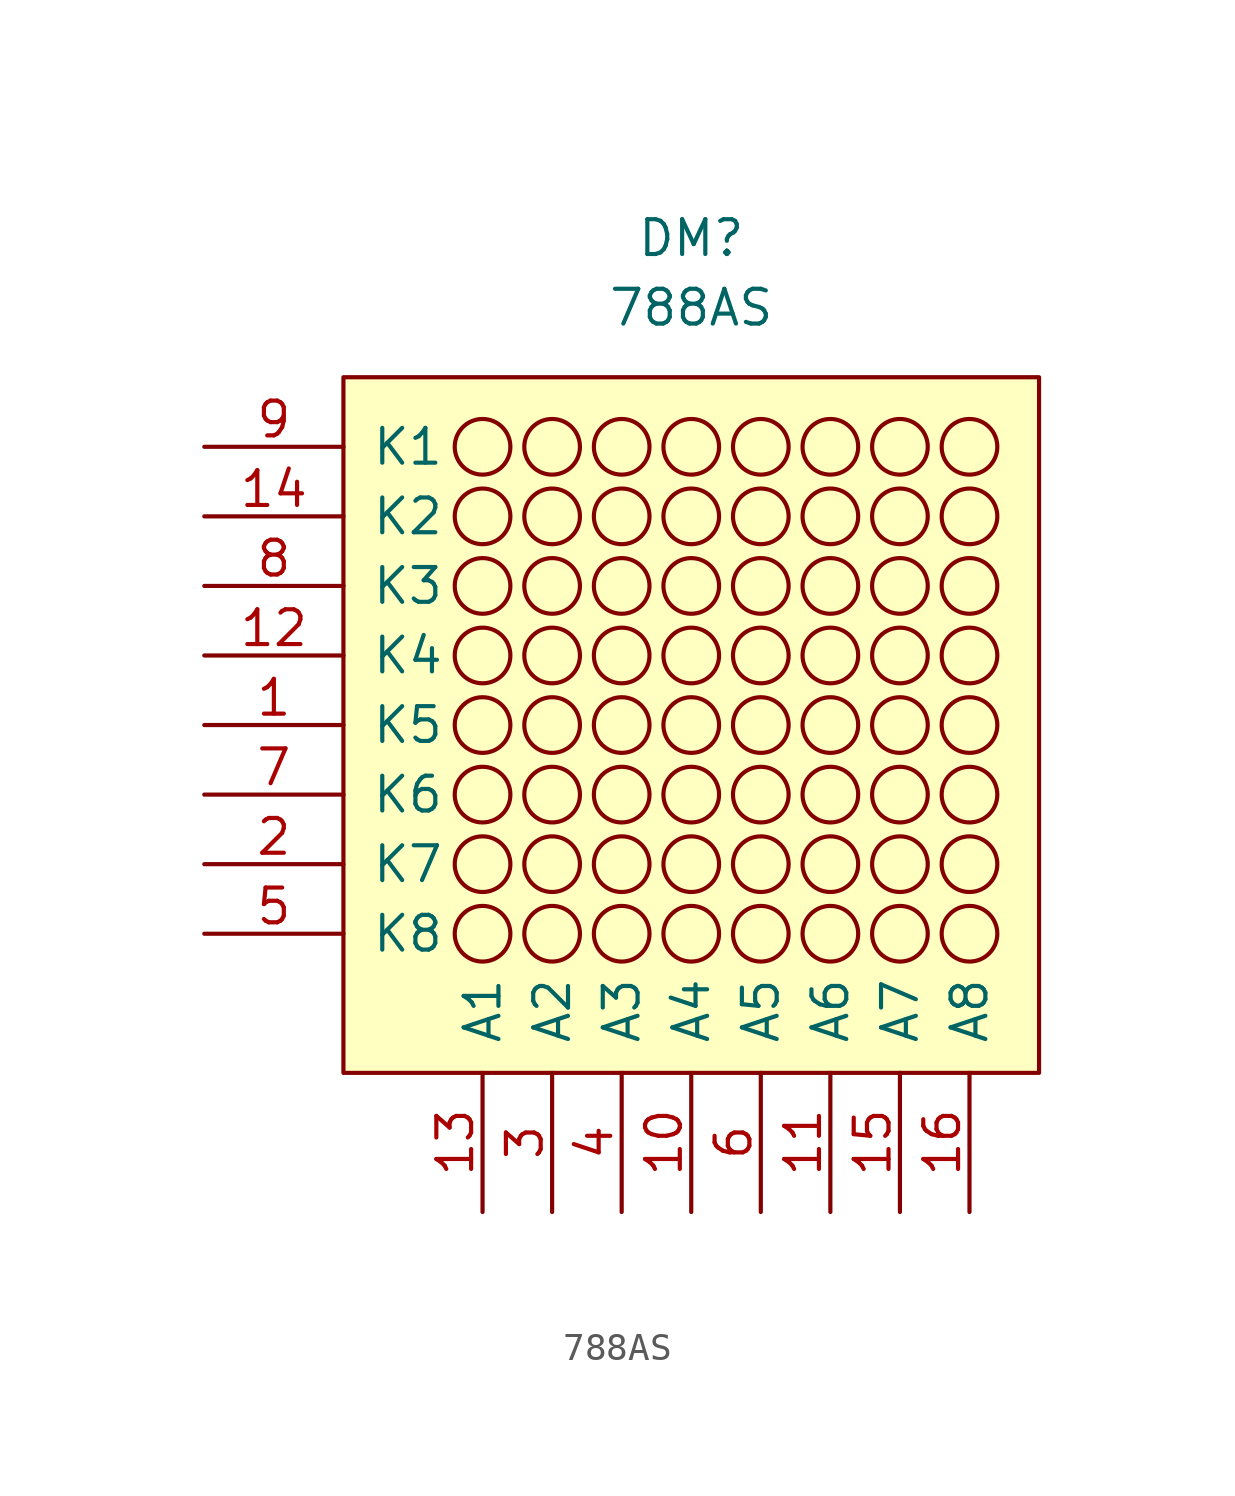
<source format=kicad_sym>
(kicad_symbol_lib
  (version 20211014)
  (generator kicad_symbol_editor)
  (symbol "788AS"
    (pin_names
      (offset 1.016))
    (property "Reference" "DM"
      (at 0 43.18 0)
      (effects (font (size 1.27 1.27))))
    (property "Value" "788AS"
      (at 0 40.64 0)
      (effects (font (size 1.27 1.27))))
    (symbol "788AS_0_0"
      (pin passive line (at -17.78 25.4 0) (length 5.08) (name "K5" (effects (font (size 1.27 1.27)))) (number "1" (effects (font (size 1.27 1.27)))))
      (pin passive line (at 0 7.62 90) (length 5.08) (name "A4" (effects (font (size 1.27 1.27)))) (number "10" (effects (font (size 1.27 1.27)))))
      (pin passive line (at 5.08 7.62 90) (length 5.08) (name "A6" (effects (font (size 1.27 1.27)))) (number "11" (effects (font (size 1.27 1.27)))))
      (pin passive line (at -17.78 27.94 0) (length 5.08) (name "K4" (effects (font (size 1.27 1.27)))) (number "12" (effects (font (size 1.27 1.27)))))
      (pin passive line (at -7.62 7.62 90) (length 5.08) (name "A1" (effects (font (size 1.27 1.27)))) (number "13" (effects (font (size 1.27 1.27)))))
      (pin passive line (at -17.78 33.02 0) (length 5.08) (name "K2" (effects (font (size 1.27 1.27)))) (number "14" (effects (font (size 1.27 1.27)))))
      (pin passive line (at 7.62 7.62 90) (length 5.08) (name "A7" (effects (font (size 1.27 1.27)))) (number "15" (effects (font (size 1.27 1.27)))))
      (pin passive line (at 10.16 7.62 90) (length 5.08) (name "A8" (effects (font (size 1.27 1.27)))) (number "16" (effects (font (size 1.27 1.27)))))
      (pin passive line (at -17.78 20.32 0) (length 5.08) (name "K7" (effects (font (size 1.27 1.27)))) (number "2" (effects (font (size 1.27 1.27)))))
      (pin passive line (at -5.08 7.62 90) (length 5.08) (name "A2" (effects (font (size 1.27 1.27)))) (number "3" (effects (font (size 1.27 1.27)))))
      (pin passive line (at -2.54 7.62 90) (length 5.08) (name "A3" (effects (font (size 1.27 1.27)))) (number "4" (effects (font (size 1.27 1.27)))))
      (pin passive line (at -17.78 17.78 0) (length 5.08) (name "K8" (effects (font (size 1.27 1.27)))) (number "5" (effects (font (size 1.27 1.27)))))
      (pin passive line (at 2.54 7.62 90) (length 5.08) (name "A5" (effects (font (size 1.27 1.27)))) (number "6" (effects (font (size 1.27 1.27)))))
      (pin passive line (at -17.78 22.86 0) (length 5.08) (name "K6" (effects (font (size 1.27 1.27)))) (number "7" (effects (font (size 1.27 1.27)))))
      (pin passive line (at -17.78 30.48 0) (length 5.08) (name "K3" (effects (font (size 1.27 1.27)))) (number "8" (effects (font (size 1.27 1.27)))))
      (pin passive line (at -17.78 35.56 0) (length 5.08) (name "K1" (effects (font (size 1.27 1.27)))) (number "9" (effects (font (size 1.27 1.27))))))
    (symbol "788AS_0_1"
      (rectangle (start -12.7 38.1) (end 12.7 12.7) (stroke (width 0.152) (type default) (color 0 0 0 0)) (fill (type background)))
      (circle (center -7.62 17.78) (radius 1.016) (stroke (width 0.152) (type default) (color 0 0 0 0)) (fill (type none)))
      (circle (center -7.62 20.32) (radius 1.016) (stroke (width 0.152) (type default) (color 0 0 0 0)) (fill (type none)))
      (circle (center -7.62 22.86) (radius 1.016) (stroke (width 0.152) (type default) (color 0 0 0 0)) (fill (type none)))
      (circle (center -7.62 25.4) (radius 1.016) (stroke (width 0.152) (type default) (color 0 0 0 0)) (fill (type none)))
      (circle (center -7.62 27.94) (radius 1.016) (stroke (width 0.152) (type default) (color 0 0 0 0)) (fill (type none)))
      (circle (center -7.62 30.48) (radius 1.016) (stroke (width 0.152) (type default) (color 0 0 0 0)) (fill (type none)))
      (circle (center -7.62 33.02) (radius 1.016) (stroke (width 0.152) (type default) (color 0 0 0 0)) (fill (type none)))
      (circle (center -7.62 35.56) (radius 1.016) (stroke (width 0.152) (type default) (color 0 0 0 0)) (fill (type none)))
      (circle (center -5.08 17.78) (radius 1.016) (stroke (width 0.152) (type default) (color 0 0 0 0)) (fill (type none)))
      (circle (center -5.08 20.32) (radius 1.016) (stroke (width 0.152) (type default) (color 0 0 0 0)) (fill (type none)))
      (circle (center -5.08 22.86) (radius 1.016) (stroke (width 0.152) (type default) (color 0 0 0 0)) (fill (type none)))
      (circle (center -5.08 25.4) (radius 1.016) (stroke (width 0.152) (type default) (color 0 0 0 0)) (fill (type none)))
      (circle (center -5.08 27.94) (radius 1.016) (stroke (width 0.152) (type default) (color 0 0 0 0)) (fill (type none)))
      (circle (center -5.08 30.48) (radius 1.016) (stroke (width 0.152) (type default) (color 0 0 0 0)) (fill (type none)))
      (circle (center -5.08 33.02) (radius 1.016) (stroke (width 0.152) (type default) (color 0 0 0 0)) (fill (type none)))
      (circle (center -5.08 35.56) (radius 1.016) (stroke (width 0.152) (type default) (color 0 0 0 0)) (fill (type none)))
      (circle (center -2.54 17.78) (radius 1.016) (stroke (width 0.152) (type default) (color 0 0 0 0)) (fill (type none)))
      (circle (center -2.54 20.32) (radius 1.016) (stroke (width 0.152) (type default) (color 0 0 0 0)) (fill (type none)))
      (circle (center -2.54 22.86) (radius 1.016) (stroke (width 0.152) (type default) (color 0 0 0 0)) (fill (type none)))
      (circle (center -2.54 25.4) (radius 1.016) (stroke (width 0.152) (type default) (color 0 0 0 0)) (fill (type none)))
      (circle (center -2.54 27.94) (radius 1.016) (stroke (width 0.152) (type default) (color 0 0 0 0)) (fill (type none)))
      (circle (center -2.54 30.48) (radius 1.016) (stroke (width 0.152) (type default) (color 0 0 0 0)) (fill (type none)))
      (circle (center -2.54 33.02) (radius 1.016) (stroke (width 0.152) (type default) (color 0 0 0 0)) (fill (type none)))
      (circle (center -2.54 35.56) (radius 1.016) (stroke (width 0.152) (type default) (color 0 0 0 0)) (fill (type none)))
      (circle (center 0 17.78) (radius 1.016) (stroke (width 0.152) (type default) (color 0 0 0 0)) (fill (type none)))
      (circle (center 0 20.32) (radius 1.016) (stroke (width 0.152) (type default) (color 0 0 0 0)) (fill (type none)))
      (circle (center 0 22.86) (radius 1.016) (stroke (width 0.152) (type default) (color 0 0 0 0)) (fill (type none)))
      (circle (center 0 25.4) (radius 1.016) (stroke (width 0.152) (type default) (color 0 0 0 0)) (fill (type none)))
      (circle (center 0 27.94) (radius 1.016) (stroke (width 0.152) (type default) (color 0 0 0 0)) (fill (type none)))
      (circle (center 0 30.48) (radius 1.016) (stroke (width 0.152) (type default) (color 0 0 0 0)) (fill (type none)))
      (circle (center 0 33.02) (radius 1.016) (stroke (width 0.152) (type default) (color 0 0 0 0)) (fill (type none)))
      (circle (center 0 35.56) (radius 1.016) (stroke (width 0.152) (type default) (color 0 0 0 0)) (fill (type none)))
      (circle (center 2.54 17.78) (radius 1.016) (stroke (width 0.152) (type default) (color 0 0 0 0)) (fill (type none)))
      (circle (center 2.54 20.32) (radius 1.016) (stroke (width 0.152) (type default) (color 0 0 0 0)) (fill (type none)))
      (circle (center 2.54 22.86) (radius 1.016) (stroke (width 0.152) (type default) (color 0 0 0 0)) (fill (type none)))
      (circle (center 2.54 25.4) (radius 1.016) (stroke (width 0.152) (type default) (color 0 0 0 0)) (fill (type none)))
      (circle (center 2.54 27.94) (radius 1.016) (stroke (width 0.152) (type default) (color 0 0 0 0)) (fill (type none)))
      (circle (center 2.54 30.48) (radius 1.016) (stroke (width 0.152) (type default) (color 0 0 0 0)) (fill (type none)))
      (circle (center 2.54 33.02) (radius 1.016) (stroke (width 0.152) (type default) (color 0 0 0 0)) (fill (type none)))
      (circle (center 2.54 35.56) (radius 1.016) (stroke (width 0.152) (type default) (color 0 0 0 0)) (fill (type none)))
      (circle (center 5.08 17.78) (radius 1.016) (stroke (width 0.152) (type default) (color 0 0 0 0)) (fill (type none)))
      (circle (center 5.08 20.32) (radius 1.016) (stroke (width 0.152) (type default) (color 0 0 0 0)) (fill (type none)))
      (circle (center 5.08 22.86) (radius 1.016) (stroke (width 0.152) (type default) (color 0 0 0 0)) (fill (type none)))
      (circle (center 5.08 25.4) (radius 1.016) (stroke (width 0.152) (type default) (color 0 0 0 0)) (fill (type none)))
      (circle (center 5.08 27.94) (radius 1.016) (stroke (width 0.152) (type default) (color 0 0 0 0)) (fill (type none)))
      (circle (center 5.08 30.48) (radius 1.016) (stroke (width 0.152) (type default) (color 0 0 0 0)) (fill (type none)))
      (circle (center 5.08 33.02) (radius 1.016) (stroke (width 0.152) (type default) (color 0 0 0 0)) (fill (type none)))
      (circle (center 5.08 35.56) (radius 1.016) (stroke (width 0.152) (type default) (color 0 0 0 0)) (fill (type none)))
      (circle (center 7.62 17.78) (radius 1.016) (stroke (width 0.152) (type default) (color 0 0 0 0)) (fill (type none)))
      (circle (center 7.62 20.32) (radius 1.016) (stroke (width 0.152) (type default) (color 0 0 0 0)) (fill (type none)))
      (circle (center 7.62 22.86) (radius 1.016) (stroke (width 0.152) (type default) (color 0 0 0 0)) (fill (type none)))
      (circle (center 7.62 25.4) (radius 1.016) (stroke (width 0.152) (type default) (color 0 0 0 0)) (fill (type none)))
      (circle (center 7.62 27.94) (radius 1.016) (stroke (width 0.152) (type default) (color 0 0 0 0)) (fill (type none)))
      (circle (center 7.62 30.48) (radius 1.016) (stroke (width 0.152) (type default) (color 0 0 0 0)) (fill (type none)))
      (circle (center 7.62 33.02) (radius 1.016) (stroke (width 0.152) (type default) (color 0 0 0 0)) (fill (type none)))
      (circle (center 7.62 35.56) (radius 1.016) (stroke (width 0.152) (type default) (color 0 0 0 0)) (fill (type none)))
      (circle (center 10.16 17.78) (radius 1.016) (stroke (width 0.152) (type default) (color 0 0 0 0)) (fill (type none)))
      (circle (center 10.16 20.32) (radius 1.016) (stroke (width 0.152) (type default) (color 0 0 0 0)) (fill (type none)))
      (circle (center 10.16 22.86) (radius 1.016) (stroke (width 0.152) (type default) (color 0 0 0 0)) (fill (type none)))
      (circle (center 10.16 25.4) (radius 1.016) (stroke (width 0.152) (type default) (color 0 0 0 0)) (fill (type none)))
      (circle (center 10.16 27.94) (radius 1.016) (stroke (width 0.152) (type default) (color 0 0 0 0)) (fill (type none)))
      (circle (center 10.16 30.48) (radius 1.016) (stroke (width 0.152) (type default) (color 0 0 0 0)) (fill (type none)))
      (circle (center 10.16 33.02) (radius 1.016) (stroke (width 0.152) (type default) (color 0 0 0 0)) (fill (type none)))
      (circle (center 10.16 35.56) (radius 1.016) (stroke (width 0.152) (type default) (color 0 0 0 0)) (fill (type none))))))
</source>
